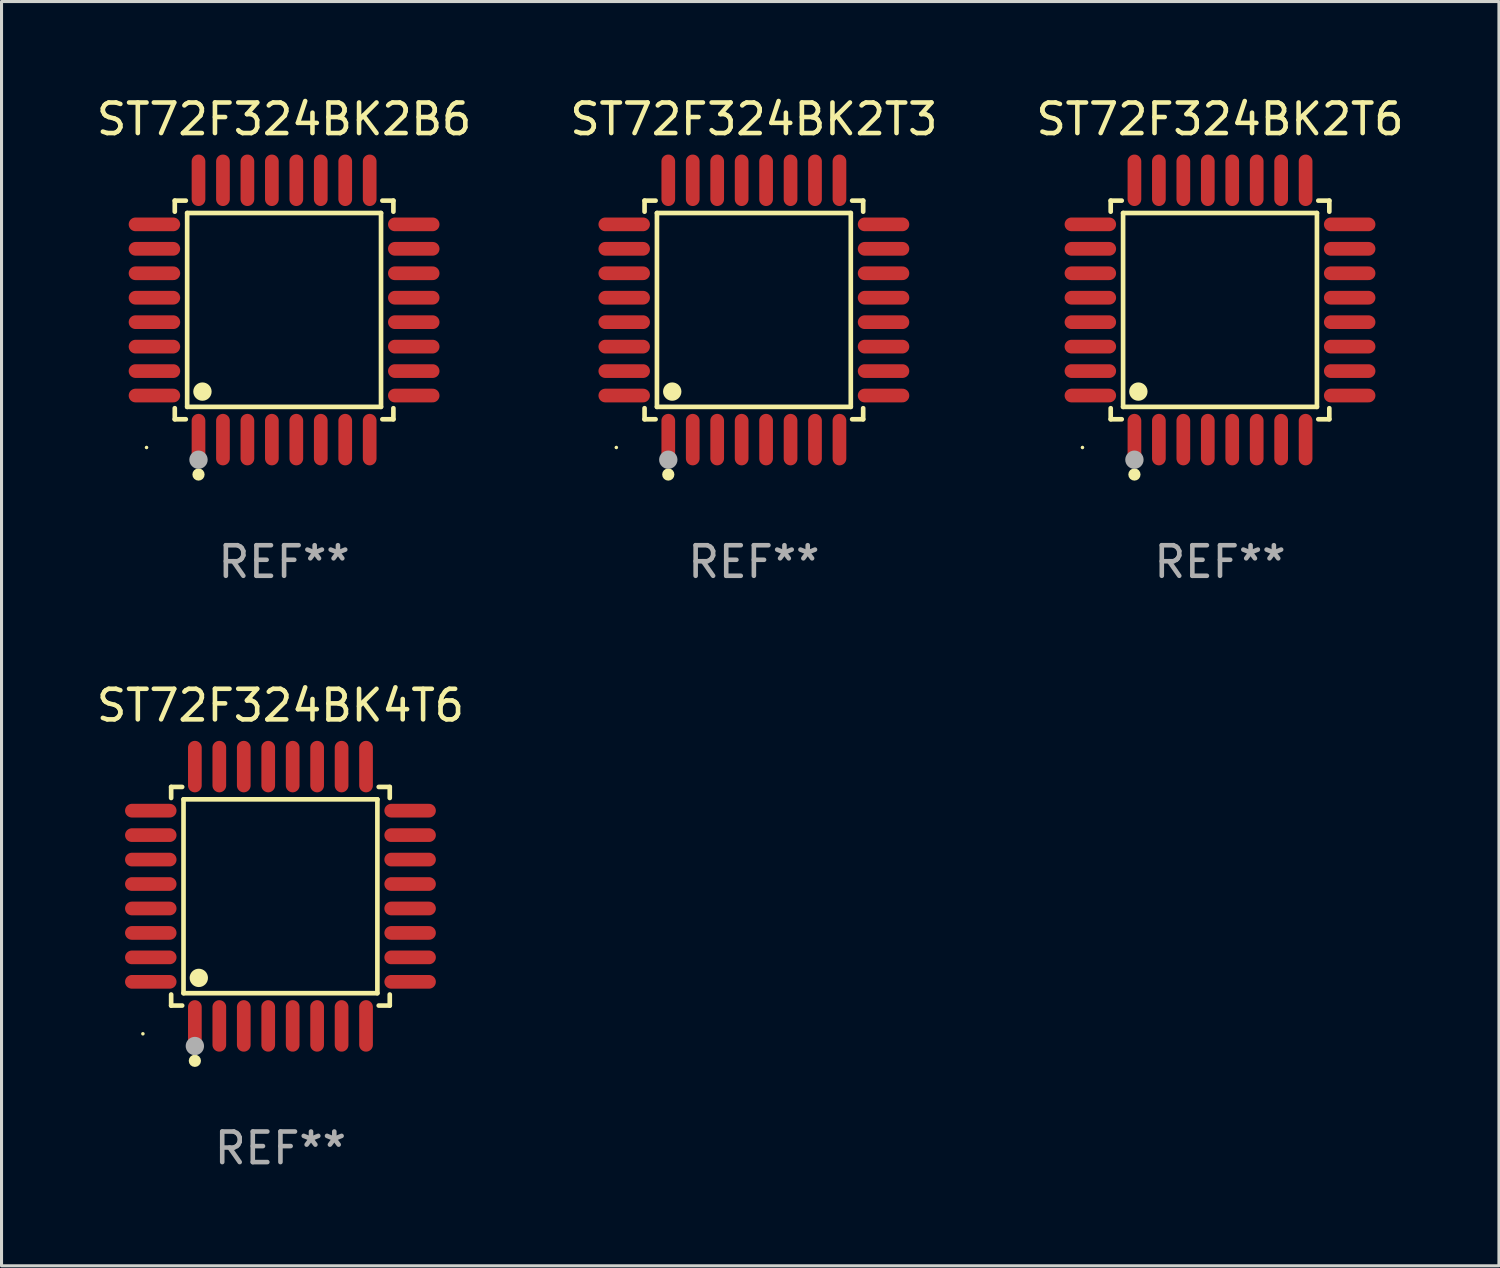
<source format=kicad_pcb>
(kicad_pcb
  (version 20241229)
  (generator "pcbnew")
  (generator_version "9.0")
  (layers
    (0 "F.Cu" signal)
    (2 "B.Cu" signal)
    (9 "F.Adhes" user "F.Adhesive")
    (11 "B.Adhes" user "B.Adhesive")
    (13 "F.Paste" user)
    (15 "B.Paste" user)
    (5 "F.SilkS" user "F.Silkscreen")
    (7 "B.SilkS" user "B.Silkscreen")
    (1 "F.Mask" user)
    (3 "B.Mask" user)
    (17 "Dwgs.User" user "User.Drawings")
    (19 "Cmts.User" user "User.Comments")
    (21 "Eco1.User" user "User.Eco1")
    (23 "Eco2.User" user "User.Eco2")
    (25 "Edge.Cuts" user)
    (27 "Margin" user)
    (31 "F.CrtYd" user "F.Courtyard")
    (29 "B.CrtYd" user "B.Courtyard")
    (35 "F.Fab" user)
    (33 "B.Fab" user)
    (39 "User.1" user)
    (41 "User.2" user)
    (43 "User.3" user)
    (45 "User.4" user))
  (footprint "ST72F324BK2T6"
    (layer "F.Cu")
    (at 36.863 7.09)
    (property "Reference" "ST72F324BK2T6" (at 0 -6.242 0) (layer "F.SilkS") (effects (font (size 1 1) (thickness 0.15))))
    (attr through_hole)
    (fp_line (start -3.576 -3.576) (end -3.215 -3.576) (stroke (width 0.152) (type solid)) (layer "F.SilkS"))
    (fp_line (start -3.576 -3.215) (end -3.576 -3.576) (stroke (width 0.152) (type solid)) (layer "F.SilkS"))
    (fp_line (start -3.576 3.215) (end -3.576 3.576) (stroke (width 0.152) (type solid)) (layer "F.SilkS"))
    (fp_line (start -3.576 3.576) (end -3.215 3.576) (stroke (width 0.152) (type solid)) (layer "F.SilkS"))
    (fp_line (start -3.171 -3.171) (end 3.171 -3.171) (stroke (width 0.152) (type solid)) (layer "F.SilkS"))
    (fp_line (start -3.171 3.171) (end -3.171 -3.171) (stroke (width 0.152) (type solid)) (layer "F.SilkS"))
    (fp_line (start 3.171 -3.171) (end 3.171 3.171) (stroke (width 0.152) (type solid)) (layer "F.SilkS"))
    (fp_line (start 3.171 3.171) (end -3.171 3.171) (stroke (width 0.152) (type solid)) (layer "F.SilkS"))
    (fp_line (start 3.576 -3.576) (end 3.215 -3.576) (stroke (width 0.152) (type solid)) (layer "F.SilkS"))
    (fp_line (start 3.576 -3.215) (end 3.576 -3.576) (stroke (width 0.152) (type solid)) (layer "F.SilkS"))
    (fp_line (start 3.576 3.215) (end 3.576 3.576) (stroke (width 0.152) (type solid)) (layer "F.SilkS"))
    (fp_line (start 3.576 3.576) (end 3.215 3.576) (stroke (width 0.152) (type solid)) (layer "F.SilkS"))
    (fp_circle (center -4.5 4.5) (end -4.47 4.5) (stroke (width 0.06) (type solid)) (fill no) (layer "F.SilkS"))
    (fp_circle (center -2.8 5.384) (end -2.7 5.384) (stroke (width 0.2) (type solid)) (fill no) (layer "F.SilkS"))
    (fp_circle (center -2.671 2.671) (end -2.521 2.671) (stroke (width 0.3) (type solid)) (fill no) (layer "F.SilkS"))
    (fp_circle (center -2.8 4.9) (end -2.65 4.9) (stroke (width 0.3) (type solid)) (fill no) (layer "F.Fab"))
    (fp_text user "REF**" (at 0 8.242 0) (layer "F.Fab") (effects (font (size 1 1) (thickness 0.15))))
    (pad "1" smd oval (at -2.8 4.242) (size 0.448 1.684) (layers "F.Cu" "F.Mask" "F.Paste"))
    (pad "2" smd oval (at -2 4.242) (size 0.448 1.684) (layers "F.Cu" "F.Mask" "F.Paste"))
    (pad "3" smd oval (at -1.2 4.242) (size 0.448 1.684) (layers "F.Cu" "F.Mask" "F.Paste"))
    (pad "4" smd oval (at -0.4 4.242) (size 0.448 1.684) (layers "F.Cu" "F.Mask" "F.Paste"))
    (pad "5" smd oval (at 0.4 4.242) (size 0.448 1.684) (layers "F.Cu" "F.Mask" "F.Paste"))
    (pad "6" smd oval (at 1.2 4.242) (size 0.448 1.684) (layers "F.Cu" "F.Mask" "F.Paste"))
    (pad "7" smd oval (at 2 4.242) (size 0.448 1.684) (layers "F.Cu" "F.Mask" "F.Paste"))
    (pad "8" smd oval (at 2.8 4.242) (size 0.448 1.684) (layers "F.Cu" "F.Mask" "F.Paste"))
    (pad "9" smd oval (at 4.242 2.8) (size 1.684 0.448) (layers "F.Cu" "F.Mask" "F.Paste"))
    (pad "10" smd oval (at 4.242 2) (size 1.684 0.448) (layers "F.Cu" "F.Mask" "F.Paste"))
    (pad "11" smd oval (at 4.242 1.2) (size 1.684 0.448) (layers "F.Cu" "F.Mask" "F.Paste"))
    (pad "12" smd oval (at 4.242 0.4) (size 1.684 0.448) (layers "F.Cu" "F.Mask" "F.Paste"))
    (pad "13" smd oval (at 4.242 -0.4) (size 1.684 0.448) (layers "F.Cu" "F.Mask" "F.Paste"))
    (pad "14" smd oval (at 4.242 -1.2) (size 1.684 0.448) (layers "F.Cu" "F.Mask" "F.Paste"))
    (pad "15" smd oval (at 4.242 -2) (size 1.684 0.448) (layers "F.Cu" "F.Mask" "F.Paste"))
    (pad "16" smd oval (at 4.242 -2.8) (size 1.684 0.448) (layers "F.Cu" "F.Mask" "F.Paste"))
    (pad "17" smd oval (at 2.8 -4.242) (size 0.448 1.684) (layers "F.Cu" "F.Mask" "F.Paste"))
    (pad "18" smd oval (at 2 -4.242) (size 0.448 1.684) (layers "F.Cu" "F.Mask" "F.Paste"))
    (pad "19" smd oval (at 1.2 -4.242) (size 0.448 1.684) (layers "F.Cu" "F.Mask" "F.Paste"))
    (pad "20" smd oval (at 0.4 -4.242) (size 0.448 1.684) (layers "F.Cu" "F.Mask" "F.Paste"))
    (pad "21" smd oval (at -0.4 -4.242) (size 0.448 1.684) (layers "F.Cu" "F.Mask" "F.Paste"))
    (pad "22" smd oval (at -1.2 -4.242) (size 0.448 1.684) (layers "F.Cu" "F.Mask" "F.Paste"))
    (pad "23" smd oval (at -2 -4.242) (size 0.448 1.684) (layers "F.Cu" "F.Mask" "F.Paste"))
    (pad "24" smd oval (at -2.8 -4.242) (size 0.448 1.684) (layers "F.Cu" "F.Mask" "F.Paste"))
    (pad "25" smd oval (at -4.242 -2.8) (size 1.684 0.448) (layers "F.Cu" "F.Mask" "F.Paste"))
    (pad "26" smd oval (at -4.242 -2) (size 1.684 0.448) (layers "F.Cu" "F.Mask" "F.Paste"))
    (pad "27" smd oval (at -4.242 -1.2) (size 1.684 0.448) (layers "F.Cu" "F.Mask" "F.Paste"))
    (pad "28" smd oval (at -4.242 -0.4) (size 1.684 0.448) (layers "F.Cu" "F.Mask" "F.Paste"))
    (pad "29" smd oval (at -4.242 0.4) (size 1.684 0.448) (layers "F.Cu" "F.Mask" "F.Paste"))
    (pad "30" smd oval (at -4.242 1.2) (size 1.684 0.448) (layers "F.Cu" "F.Mask" "F.Paste"))
    (pad "31" smd oval (at -4.242 2) (size 1.684 0.448) (layers "F.Cu" "F.Mask" "F.Paste"))
    (pad "32" smd oval (at -4.242 2.8) (size 1.684 0.448) (layers "F.Cu" "F.Mask" "F.Paste")))
  (footprint "ST72F324BK2T3"
    (layer "F.Cu")
    (at 21.613 7.09)
    (property "Reference" "ST72F324BK2T3" (at 0 -6.242 0) (layer "F.SilkS") (effects (font (size 1 1) (thickness 0.15))))
    (attr through_hole)
    (fp_line (start -3.576 -3.576) (end -3.215 -3.576) (stroke (width 0.152) (type solid)) (layer "F.SilkS"))
    (fp_line (start -3.576 -3.215) (end -3.576 -3.576) (stroke (width 0.152) (type solid)) (layer "F.SilkS"))
    (fp_line (start -3.576 3.215) (end -3.576 3.576) (stroke (width 0.152) (type solid)) (layer "F.SilkS"))
    (fp_line (start -3.576 3.576) (end -3.215 3.576) (stroke (width 0.152) (type solid)) (layer "F.SilkS"))
    (fp_line (start -3.171 -3.171) (end 3.171 -3.171) (stroke (width 0.152) (type solid)) (layer "F.SilkS"))
    (fp_line (start -3.171 3.171) (end -3.171 -3.171) (stroke (width 0.152) (type solid)) (layer "F.SilkS"))
    (fp_line (start 3.171 -3.171) (end 3.171 3.171) (stroke (width 0.152) (type solid)) (layer "F.SilkS"))
    (fp_line (start 3.171 3.171) (end -3.171 3.171) (stroke (width 0.152) (type solid)) (layer "F.SilkS"))
    (fp_line (start 3.576 -3.576) (end 3.215 -3.576) (stroke (width 0.152) (type solid)) (layer "F.SilkS"))
    (fp_line (start 3.576 -3.215) (end 3.576 -3.576) (stroke (width 0.152) (type solid)) (layer "F.SilkS"))
    (fp_line (start 3.576 3.215) (end 3.576 3.576) (stroke (width 0.152) (type solid)) (layer "F.SilkS"))
    (fp_line (start 3.576 3.576) (end 3.215 3.576) (stroke (width 0.152) (type solid)) (layer "F.SilkS"))
    (fp_circle (center -4.5 4.5) (end -4.47 4.5) (stroke (width 0.06) (type solid)) (fill no) (layer "F.SilkS"))
    (fp_circle (center -2.8 5.384) (end -2.7 5.384) (stroke (width 0.2) (type solid)) (fill no) (layer "F.SilkS"))
    (fp_circle (center -2.671 2.671) (end -2.521 2.671) (stroke (width 0.3) (type solid)) (fill no) (layer "F.SilkS"))
    (fp_circle (center -2.8 4.9) (end -2.65 4.9) (stroke (width 0.3) (type solid)) (fill no) (layer "F.Fab"))
    (fp_text user "REF**" (at 0 8.242 0) (layer "F.Fab") (effects (font (size 1 1) (thickness 0.15))))
    (pad "1" smd oval (at -2.8 4.242) (size 0.448 1.684) (layers "F.Cu" "F.Mask" "F.Paste"))
    (pad "2" smd oval (at -2 4.242) (size 0.448 1.684) (layers "F.Cu" "F.Mask" "F.Paste"))
    (pad "3" smd oval (at -1.2 4.242) (size 0.448 1.684) (layers "F.Cu" "F.Mask" "F.Paste"))
    (pad "4" smd oval (at -0.4 4.242) (size 0.448 1.684) (layers "F.Cu" "F.Mask" "F.Paste"))
    (pad "5" smd oval (at 0.4 4.242) (size 0.448 1.684) (layers "F.Cu" "F.Mask" "F.Paste"))
    (pad "6" smd oval (at 1.2 4.242) (size 0.448 1.684) (layers "F.Cu" "F.Mask" "F.Paste"))
    (pad "7" smd oval (at 2 4.242) (size 0.448 1.684) (layers "F.Cu" "F.Mask" "F.Paste"))
    (pad "8" smd oval (at 2.8 4.242) (size 0.448 1.684) (layers "F.Cu" "F.Mask" "F.Paste"))
    (pad "9" smd oval (at 4.242 2.8) (size 1.684 0.448) (layers "F.Cu" "F.Mask" "F.Paste"))
    (pad "10" smd oval (at 4.242 2) (size 1.684 0.448) (layers "F.Cu" "F.Mask" "F.Paste"))
    (pad "11" smd oval (at 4.242 1.2) (size 1.684 0.448) (layers "F.Cu" "F.Mask" "F.Paste"))
    (pad "12" smd oval (at 4.242 0.4) (size 1.684 0.448) (layers "F.Cu" "F.Mask" "F.Paste"))
    (pad "13" smd oval (at 4.242 -0.4) (size 1.684 0.448) (layers "F.Cu" "F.Mask" "F.Paste"))
    (pad "14" smd oval (at 4.242 -1.2) (size 1.684 0.448) (layers "F.Cu" "F.Mask" "F.Paste"))
    (pad "15" smd oval (at 4.242 -2) (size 1.684 0.448) (layers "F.Cu" "F.Mask" "F.Paste"))
    (pad "16" smd oval (at 4.242 -2.8) (size 1.684 0.448) (layers "F.Cu" "F.Mask" "F.Paste"))
    (pad "17" smd oval (at 2.8 -4.242) (size 0.448 1.684) (layers "F.Cu" "F.Mask" "F.Paste"))
    (pad "18" smd oval (at 2 -4.242) (size 0.448 1.684) (layers "F.Cu" "F.Mask" "F.Paste"))
    (pad "19" smd oval (at 1.2 -4.242) (size 0.448 1.684) (layers "F.Cu" "F.Mask" "F.Paste"))
    (pad "20" smd oval (at 0.4 -4.242) (size 0.448 1.684) (layers "F.Cu" "F.Mask" "F.Paste"))
    (pad "21" smd oval (at -0.4 -4.242) (size 0.448 1.684) (layers "F.Cu" "F.Mask" "F.Paste"))
    (pad "22" smd oval (at -1.2 -4.242) (size 0.448 1.684) (layers "F.Cu" "F.Mask" "F.Paste"))
    (pad "23" smd oval (at -2 -4.242) (size 0.448 1.684) (layers "F.Cu" "F.Mask" "F.Paste"))
    (pad "24" smd oval (at -2.8 -4.242) (size 0.448 1.684) (layers "F.Cu" "F.Mask" "F.Paste"))
    (pad "25" smd oval (at -4.242 -2.8) (size 1.684 0.448) (layers "F.Cu" "F.Mask" "F.Paste"))
    (pad "26" smd oval (at -4.242 -2) (size 1.684 0.448) (layers "F.Cu" "F.Mask" "F.Paste"))
    (pad "27" smd oval (at -4.242 -1.2) (size 1.684 0.448) (layers "F.Cu" "F.Mask" "F.Paste"))
    (pad "28" smd oval (at -4.242 -0.4) (size 1.684 0.448) (layers "F.Cu" "F.Mask" "F.Paste"))
    (pad "29" smd oval (at -4.242 0.4) (size 1.684 0.448) (layers "F.Cu" "F.Mask" "F.Paste"))
    (pad "30" smd oval (at -4.242 1.2) (size 1.684 0.448) (layers "F.Cu" "F.Mask" "F.Paste"))
    (pad "31" smd oval (at -4.242 2) (size 1.684 0.448) (layers "F.Cu" "F.Mask" "F.Paste"))
    (pad "32" smd oval (at -4.242 2.8) (size 1.684 0.448) (layers "F.Cu" "F.Mask" "F.Paste")))
  (footprint "ST72F324BK4T6"
    (layer "F.Cu")
    (at 6.125 26.271)
    (property "Reference" "ST72F324BK4T6" (at 0 -6.242 0) (layer "F.SilkS") (effects (font (size 1 1) (thickness 0.15))))
    (attr through_hole)
    (fp_line (start -3.576 -3.576) (end -3.215 -3.576) (stroke (width 0.152) (type solid)) (layer "F.SilkS"))
    (fp_line (start -3.576 -3.215) (end -3.576 -3.576) (stroke (width 0.152) (type solid)) (layer "F.SilkS"))
    (fp_line (start -3.576 3.215) (end -3.576 3.576) (stroke (width 0.152) (type solid)) (layer "F.SilkS"))
    (fp_line (start -3.576 3.576) (end -3.215 3.576) (stroke (width 0.152) (type solid)) (layer "F.SilkS"))
    (fp_line (start -3.171 -3.171) (end 3.171 -3.171) (stroke (width 0.152) (type solid)) (layer "F.SilkS"))
    (fp_line (start -3.171 3.171) (end -3.171 -3.171) (stroke (width 0.152) (type solid)) (layer "F.SilkS"))
    (fp_line (start 3.171 -3.171) (end 3.171 3.171) (stroke (width 0.152) (type solid)) (layer "F.SilkS"))
    (fp_line (start 3.171 3.171) (end -3.171 3.171) (stroke (width 0.152) (type solid)) (layer "F.SilkS"))
    (fp_line (start 3.576 -3.576) (end 3.215 -3.576) (stroke (width 0.152) (type solid)) (layer "F.SilkS"))
    (fp_line (start 3.576 -3.215) (end 3.576 -3.576) (stroke (width 0.152) (type solid)) (layer "F.SilkS"))
    (fp_line (start 3.576 3.215) (end 3.576 3.576) (stroke (width 0.152) (type solid)) (layer "F.SilkS"))
    (fp_line (start 3.576 3.576) (end 3.215 3.576) (stroke (width 0.152) (type solid)) (layer "F.SilkS"))
    (fp_circle (center -4.5 4.5) (end -4.47 4.5) (stroke (width 0.06) (type solid)) (fill no) (layer "F.SilkS"))
    (fp_circle (center -2.8 5.384) (end -2.7 5.384) (stroke (width 0.2) (type solid)) (fill no) (layer "F.SilkS"))
    (fp_circle (center -2.671 2.671) (end -2.521 2.671) (stroke (width 0.3) (type solid)) (fill no) (layer "F.SilkS"))
    (fp_circle (center -2.8 4.9) (end -2.65 4.9) (stroke (width 0.3) (type solid)) (fill no) (layer "F.Fab"))
    (fp_text user "REF**" (at 0 8.242 0) (layer "F.Fab") (effects (font (size 1 1) (thickness 0.15))))
    (pad "1" smd oval (at -2.8 4.242) (size 0.448 1.684) (layers "F.Cu" "F.Mask" "F.Paste"))
    (pad "2" smd oval (at -2 4.242) (size 0.448 1.684) (layers "F.Cu" "F.Mask" "F.Paste"))
    (pad "3" smd oval (at -1.2 4.242) (size 0.448 1.684) (layers "F.Cu" "F.Mask" "F.Paste"))
    (pad "4" smd oval (at -0.4 4.242) (size 0.448 1.684) (layers "F.Cu" "F.Mask" "F.Paste"))
    (pad "5" smd oval (at 0.4 4.242) (size 0.448 1.684) (layers "F.Cu" "F.Mask" "F.Paste"))
    (pad "6" smd oval (at 1.2 4.242) (size 0.448 1.684) (layers "F.Cu" "F.Mask" "F.Paste"))
    (pad "7" smd oval (at 2 4.242) (size 0.448 1.684) (layers "F.Cu" "F.Mask" "F.Paste"))
    (pad "8" smd oval (at 2.8 4.242) (size 0.448 1.684) (layers "F.Cu" "F.Mask" "F.Paste"))
    (pad "9" smd oval (at 4.242 2.8) (size 1.684 0.448) (layers "F.Cu" "F.Mask" "F.Paste"))
    (pad "10" smd oval (at 4.242 2) (size 1.684 0.448) (layers "F.Cu" "F.Mask" "F.Paste"))
    (pad "11" smd oval (at 4.242 1.2) (size 1.684 0.448) (layers "F.Cu" "F.Mask" "F.Paste"))
    (pad "12" smd oval (at 4.242 0.4) (size 1.684 0.448) (layers "F.Cu" "F.Mask" "F.Paste"))
    (pad "13" smd oval (at 4.242 -0.4) (size 1.684 0.448) (layers "F.Cu" "F.Mask" "F.Paste"))
    (pad "14" smd oval (at 4.242 -1.2) (size 1.684 0.448) (layers "F.Cu" "F.Mask" "F.Paste"))
    (pad "15" smd oval (at 4.242 -2) (size 1.684 0.448) (layers "F.Cu" "F.Mask" "F.Paste"))
    (pad "16" smd oval (at 4.242 -2.8) (size 1.684 0.448) (layers "F.Cu" "F.Mask" "F.Paste"))
    (pad "17" smd oval (at 2.8 -4.242) (size 0.448 1.684) (layers "F.Cu" "F.Mask" "F.Paste"))
    (pad "18" smd oval (at 2 -4.242) (size 0.448 1.684) (layers "F.Cu" "F.Mask" "F.Paste"))
    (pad "19" smd oval (at 1.2 -4.242) (size 0.448 1.684) (layers "F.Cu" "F.Mask" "F.Paste"))
    (pad "20" smd oval (at 0.4 -4.242) (size 0.448 1.684) (layers "F.Cu" "F.Mask" "F.Paste"))
    (pad "21" smd oval (at -0.4 -4.242) (size 0.448 1.684) (layers "F.Cu" "F.Mask" "F.Paste"))
    (pad "22" smd oval (at -1.2 -4.242) (size 0.448 1.684) (layers "F.Cu" "F.Mask" "F.Paste"))
    (pad "23" smd oval (at -2 -4.242) (size 0.448 1.684) (layers "F.Cu" "F.Mask" "F.Paste"))
    (pad "24" smd oval (at -2.8 -4.242) (size 0.448 1.684) (layers "F.Cu" "F.Mask" "F.Paste"))
    (pad "25" smd oval (at -4.242 -2.8) (size 1.684 0.448) (layers "F.Cu" "F.Mask" "F.Paste"))
    (pad "26" smd oval (at -4.242 -2) (size 1.684 0.448) (layers "F.Cu" "F.Mask" "F.Paste"))
    (pad "27" smd oval (at -4.242 -1.2) (size 1.684 0.448) (layers "F.Cu" "F.Mask" "F.Paste"))
    (pad "28" smd oval (at -4.242 -0.4) (size 1.684 0.448) (layers "F.Cu" "F.Mask" "F.Paste"))
    (pad "29" smd oval (at -4.242 0.4) (size 1.684 0.448) (layers "F.Cu" "F.Mask" "F.Paste"))
    (pad "30" smd oval (at -4.242 1.2) (size 1.684 0.448) (layers "F.Cu" "F.Mask" "F.Paste"))
    (pad "31" smd oval (at -4.242 2) (size 1.684 0.448) (layers "F.Cu" "F.Mask" "F.Paste"))
    (pad "32" smd oval (at -4.242 2.8) (size 1.684 0.448) (layers "F.Cu" "F.Mask" "F.Paste")))
  (footprint "ST72F324BK2B6"
    (layer "F.Cu")
    (at 6.244 7.09)
    (property "Reference" "ST72F324BK2B6" (at 0 -6.242 0) (layer "F.SilkS") (effects (font (size 1 1) (thickness 0.15))))
    (attr through_hole)
    (fp_line (start -3.576 -3.576) (end -3.215 -3.576) (stroke (width 0.152) (type solid)) (layer "F.SilkS"))
    (fp_line (start -3.576 -3.215) (end -3.576 -3.576) (stroke (width 0.152) (type solid)) (layer "F.SilkS"))
    (fp_line (start -3.576 3.215) (end -3.576 3.576) (stroke (width 0.152) (type solid)) (layer "F.SilkS"))
    (fp_line (start -3.576 3.576) (end -3.215 3.576) (stroke (width 0.152) (type solid)) (layer "F.SilkS"))
    (fp_line (start -3.171 -3.171) (end 3.171 -3.171) (stroke (width 0.152) (type solid)) (layer "F.SilkS"))
    (fp_line (start -3.171 3.171) (end -3.171 -3.171) (stroke (width 0.152) (type solid)) (layer "F.SilkS"))
    (fp_line (start 3.171 -3.171) (end 3.171 3.171) (stroke (width 0.152) (type solid)) (layer "F.SilkS"))
    (fp_line (start 3.171 3.171) (end -3.171 3.171) (stroke (width 0.152) (type solid)) (layer "F.SilkS"))
    (fp_line (start 3.576 -3.576) (end 3.215 -3.576) (stroke (width 0.152) (type solid)) (layer "F.SilkS"))
    (fp_line (start 3.576 -3.215) (end 3.576 -3.576) (stroke (width 0.152) (type solid)) (layer "F.SilkS"))
    (fp_line (start 3.576 3.215) (end 3.576 3.576) (stroke (width 0.152) (type solid)) (layer "F.SilkS"))
    (fp_line (start 3.576 3.576) (end 3.215 3.576) (stroke (width 0.152) (type solid)) (layer "F.SilkS"))
    (fp_circle (center -4.5 4.5) (end -4.47 4.5) (stroke (width 0.06) (type solid)) (fill no) (layer "F.SilkS"))
    (fp_circle (center -2.8 5.384) (end -2.7 5.384) (stroke (width 0.2) (type solid)) (fill no) (layer "F.SilkS"))
    (fp_circle (center -2.671 2.671) (end -2.521 2.671) (stroke (width 0.3) (type solid)) (fill no) (layer "F.SilkS"))
    (fp_circle (center -2.8 4.9) (end -2.65 4.9) (stroke (width 0.3) (type solid)) (fill no) (layer "F.Fab"))
    (fp_text user "REF**" (at 0 8.242 0) (layer "F.Fab") (effects (font (size 1 1) (thickness 0.15))))
    (pad "1" smd oval (at -2.8 4.242) (size 0.448 1.684) (layers "F.Cu" "F.Mask" "F.Paste"))
    (pad "2" smd oval (at -2 4.242) (size 0.448 1.684) (layers "F.Cu" "F.Mask" "F.Paste"))
    (pad "3" smd oval (at -1.2 4.242) (size 0.448 1.684) (layers "F.Cu" "F.Mask" "F.Paste"))
    (pad "4" smd oval (at -0.4 4.242) (size 0.448 1.684) (layers "F.Cu" "F.Mask" "F.Paste"))
    (pad "5" smd oval (at 0.4 4.242) (size 0.448 1.684) (layers "F.Cu" "F.Mask" "F.Paste"))
    (pad "6" smd oval (at 1.2 4.242) (size 0.448 1.684) (layers "F.Cu" "F.Mask" "F.Paste"))
    (pad "7" smd oval (at 2 4.242) (size 0.448 1.684) (layers "F.Cu" "F.Mask" "F.Paste"))
    (pad "8" smd oval (at 2.8 4.242) (size 0.448 1.684) (layers "F.Cu" "F.Mask" "F.Paste"))
    (pad "9" smd oval (at 4.242 2.8) (size 1.684 0.448) (layers "F.Cu" "F.Mask" "F.Paste"))
    (pad "10" smd oval (at 4.242 2) (size 1.684 0.448) (layers "F.Cu" "F.Mask" "F.Paste"))
    (pad "11" smd oval (at 4.242 1.2) (size 1.684 0.448) (layers "F.Cu" "F.Mask" "F.Paste"))
    (pad "12" smd oval (at 4.242 0.4) (size 1.684 0.448) (layers "F.Cu" "F.Mask" "F.Paste"))
    (pad "13" smd oval (at 4.242 -0.4) (size 1.684 0.448) (layers "F.Cu" "F.Mask" "F.Paste"))
    (pad "14" smd oval (at 4.242 -1.2) (size 1.684 0.448) (layers "F.Cu" "F.Mask" "F.Paste"))
    (pad "15" smd oval (at 4.242 -2) (size 1.684 0.448) (layers "F.Cu" "F.Mask" "F.Paste"))
    (pad "16" smd oval (at 4.242 -2.8) (size 1.684 0.448) (layers "F.Cu" "F.Mask" "F.Paste"))
    (pad "17" smd oval (at 2.8 -4.242) (size 0.448 1.684) (layers "F.Cu" "F.Mask" "F.Paste"))
    (pad "18" smd oval (at 2 -4.242) (size 0.448 1.684) (layers "F.Cu" "F.Mask" "F.Paste"))
    (pad "19" smd oval (at 1.2 -4.242) (size 0.448 1.684) (layers "F.Cu" "F.Mask" "F.Paste"))
    (pad "20" smd oval (at 0.4 -4.242) (size 0.448 1.684) (layers "F.Cu" "F.Mask" "F.Paste"))
    (pad "21" smd oval (at -0.4 -4.242) (size 0.448 1.684) (layers "F.Cu" "F.Mask" "F.Paste"))
    (pad "22" smd oval (at -1.2 -4.242) (size 0.448 1.684) (layers "F.Cu" "F.Mask" "F.Paste"))
    (pad "23" smd oval (at -2 -4.242) (size 0.448 1.684) (layers "F.Cu" "F.Mask" "F.Paste"))
    (pad "24" smd oval (at -2.8 -4.242) (size 0.448 1.684) (layers "F.Cu" "F.Mask" "F.Paste"))
    (pad "25" smd oval (at -4.242 -2.8) (size 1.684 0.448) (layers "F.Cu" "F.Mask" "F.Paste"))
    (pad "26" smd oval (at -4.242 -2) (size 1.684 0.448) (layers "F.Cu" "F.Mask" "F.Paste"))
    (pad "27" smd oval (at -4.242 -1.2) (size 1.684 0.448) (layers "F.Cu" "F.Mask" "F.Paste"))
    (pad "28" smd oval (at -4.242 -0.4) (size 1.684 0.448) (layers "F.Cu" "F.Mask" "F.Paste"))
    (pad "29" smd oval (at -4.242 0.4) (size 1.684 0.448) (layers "F.Cu" "F.Mask" "F.Paste"))
    (pad "30" smd oval (at -4.242 1.2) (size 1.684 0.448) (layers "F.Cu" "F.Mask" "F.Paste"))
    (pad "31" smd oval (at -4.242 2) (size 1.684 0.448) (layers "F.Cu" "F.Mask" "F.Paste"))
    (pad "32" smd oval (at -4.242 2.8) (size 1.684 0.448) (layers "F.Cu" "F.Mask" "F.Paste")))
  (gr_rect
    (start -3 -3)
    (end 45.988 38.361)
    (stroke (width 0.1) (type default))
    (fill no)
    (layer "Edge.Cuts")))
</source>
